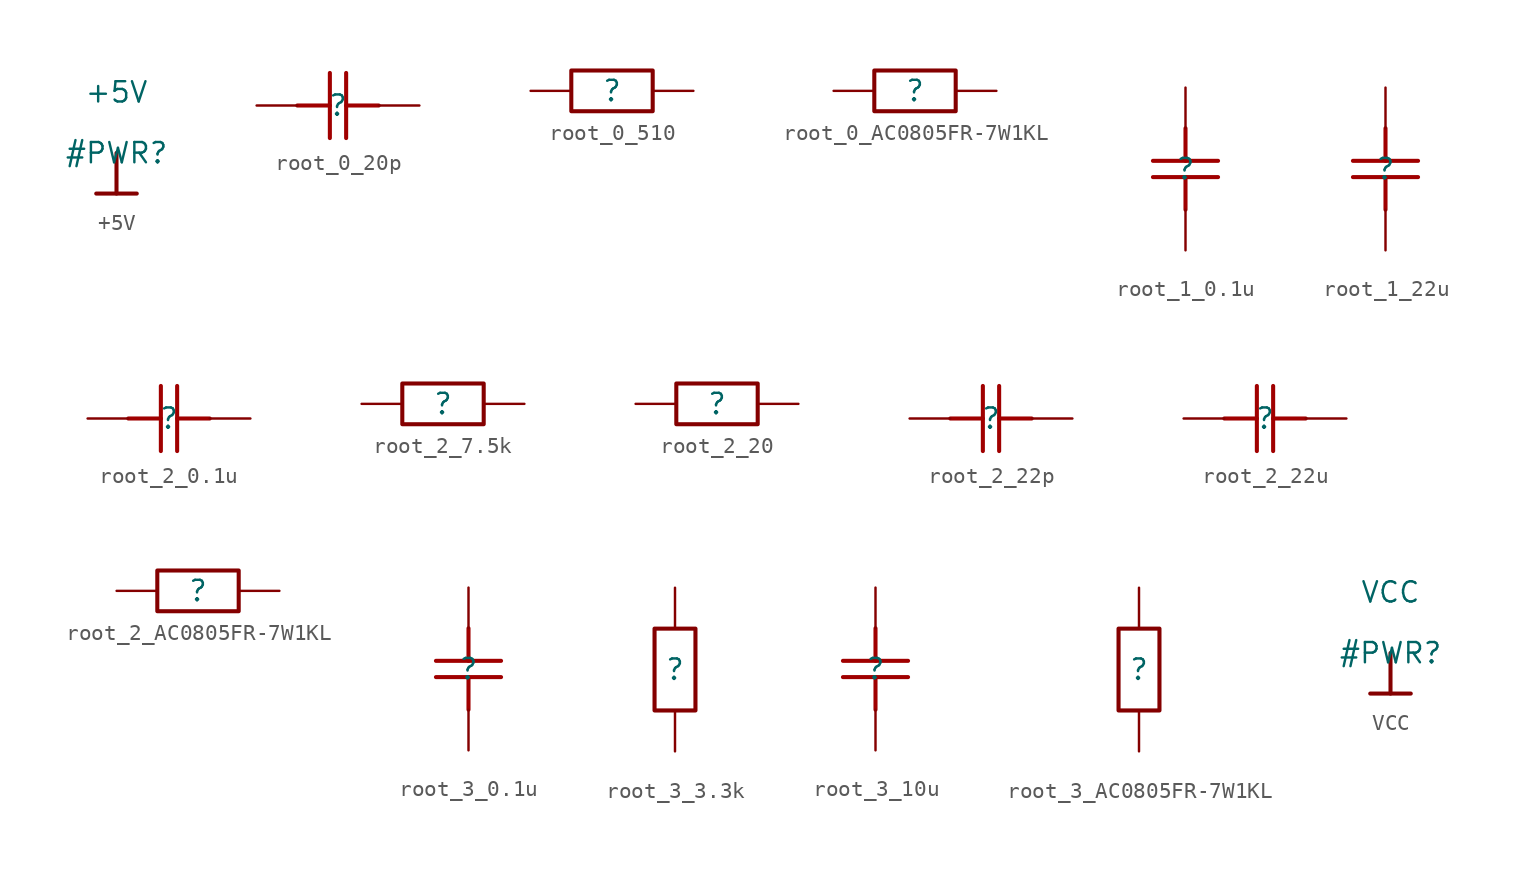
<source format=kicad_sym>
(kicad_symbol_lib
  (version 20220914)
  (generator kicad_symbol_editor)
  (symbol "+5V"
    (power)
    (property "Reference" "#PWR"
      (at 0 0 0)
      (effects (font (size 1.27 1.27))))
    (property "Value" "+5V"
      (at 0 3.81 0)
      (effects (font (size 1.27 1.27))))
    (symbol "+5V_0_0"
      (polyline (pts (xy -1.27 -2.54) (xy 1.27 -2.54)) (stroke (width 0.254) (type solid)) (fill (type none)))
      (polyline (pts (xy 0 0) (xy 0 -2.54)) (stroke (width 0.254) (type solid)) (fill (type none)))
      (pin power_in line (at 0 0 0) (length 0) hide (name "+5V" (effects (font (size 1.27 1.27)))) (number "" (effects (font (size 1.27 1.27)))))))
  (symbol "root_0_20p"
    (property "Reference" ""
      (at 0 0 0)
      (effects (font (size 1.27 1.27))))
    (property "Value" ""
      (at 0 0 0)
      (effects (font (size 1.27 1.27))))
    (symbol "root_0_20p_1_0"
      (polyline (pts (xy -0.508 -2.032) (xy -0.508 2.032)) (stroke (width 0.254) (type solid) (color 160 0 0 1)) (fill (type none)))
      (polyline (pts (xy -0.508 0) (xy -2.54 0)) (stroke (width 0.254) (type solid) (color 160 0 0 1)) (fill (type none)))
      (polyline (pts (xy 0.508 2.032) (xy 0.508 -2.032)) (stroke (width 0.254) (type solid) (color 160 0 0 1)) (fill (type none)))
      (polyline (pts (xy 2.54 0) (xy 0.508 0)) (stroke (width 0.254) (type solid) (color 160 0 0 1)) (fill (type none)))
      (pin passive line (at -5.08 0 0) (length 2.54) (name "1" (effects (font (size 0 0)))) (number "1" (effects (font (size 0 0)))))
      (pin passive line (at 5.08 0 180) (length 2.54) (name "2" (effects (font (size 0 0)))) (number "2" (effects (font (size 0 0)))))))
  (symbol "root_0_510"
    (property "Reference" ""
      (at 0 0 0)
      (effects (font (size 1.27 1.27))))
    (property "Value" ""
      (at 0 0 0)
      (effects (font (size 1.27 1.27))))
    (symbol "root_0_510_1_0"
      (rectangle (start 2.54 1.27) (end -2.54 -1.27) (stroke (width 0.254) (type solid)) (fill (type none)))
      (pin passive line (at -5.08 0 0) (length 2.54) (name "1" (effects (font (size 0 0)))) (number "1" (effects (font (size 0 0)))))
      (pin passive line (at 5.08 0 180) (length 2.54) (name "2" (effects (font (size 0 0)))) (number "2" (effects (font (size 0 0)))))))
  (symbol "root_0_AC0805FR-7W1KL"
    (property "Reference" ""
      (at 0 0 0)
      (effects (font (size 1.27 1.27))))
    (property "Value" ""
      (at 0 0 0)
      (effects (font (size 1.27 1.27))))
    (symbol "root_0_AC0805FR-7W1KL_1_0"
      (rectangle (start 2.54 1.27) (end -2.54 -1.27) (stroke (width 0.254) (type solid)) (fill (type none)))
      (pin passive line (at -5.08 0 0) (length 2.54) (name "1" (effects (font (size 0 0)))) (number "1" (effects (font (size 0 0)))))
      (pin passive line (at 5.08 0 180) (length 2.54) (name "2" (effects (font (size 0 0)))) (number "2" (effects (font (size 0 0)))))))
  (symbol "root_1_0.1u"
    (property "Reference" ""
      (at 0 0 0)
      (effects (font (size 1.27 1.27))))
    (property "Value" ""
      (at 0 0 0)
      (effects (font (size 1.27 1.27))))
    (symbol "root_1_0.1u_1_0"
      (polyline (pts (xy -2.032 0.508) (xy 2.032 0.508)) (stroke (width 0.254) (type solid) (color 160 0 0 1)) (fill (type none)))
      (polyline (pts (xy 0 -0.508) (xy 0 -2.54)) (stroke (width 0.254) (type solid) (color 160 0 0 1)) (fill (type none)))
      (polyline (pts (xy 0 2.54) (xy 0 0.508)) (stroke (width 0.254) (type solid) (color 160 0 0 1)) (fill (type none)))
      (polyline (pts (xy 2.032 -0.508) (xy -2.032 -0.508)) (stroke (width 0.254) (type solid) (color 160 0 0 1)) (fill (type none)))
      (pin passive line (at 0 -5.08 90) (length 2.54) (name "1" (effects (font (size 0 0)))) (number "1" (effects (font (size 0 0)))))
      (pin passive line (at 0 5.08 270) (length 2.54) (name "2" (effects (font (size 0 0)))) (number "2" (effects (font (size 0 0)))))))
  (symbol "root_1_22u"
    (property "Reference" ""
      (at 0 0 0)
      (effects (font (size 1.27 1.27))))
    (property "Value" ""
      (at 0 0 0)
      (effects (font (size 1.27 1.27))))
    (symbol "root_1_22u_1_0"
      (polyline (pts (xy -2.032 0.508) (xy 2.032 0.508)) (stroke (width 0.254) (type solid) (color 160 0 0 1)) (fill (type none)))
      (polyline (pts (xy 0 -0.508) (xy 0 -2.54)) (stroke (width 0.254) (type solid) (color 160 0 0 1)) (fill (type none)))
      (polyline (pts (xy 0 2.54) (xy 0 0.508)) (stroke (width 0.254) (type solid) (color 160 0 0 1)) (fill (type none)))
      (polyline (pts (xy 2.032 -0.508) (xy -2.032 -0.508)) (stroke (width 0.254) (type solid) (color 160 0 0 1)) (fill (type none)))
      (pin passive line (at 0 -5.08 90) (length 2.54) (name "1" (effects (font (size 0 0)))) (number "1" (effects (font (size 0 0)))))
      (pin passive line (at 0 5.08 270) (length 2.54) (name "2" (effects (font (size 0 0)))) (number "2" (effects (font (size 0 0)))))))
  (symbol "root_2_0.1u"
    (property "Reference" ""
      (at 0 0 0)
      (effects (font (size 1.27 1.27))))
    (property "Value" ""
      (at 0 0 0)
      (effects (font (size 1.27 1.27))))
    (symbol "root_2_0.1u_1_0"
      (polyline (pts (xy -2.54 0) (xy -0.508 0)) (stroke (width 0.254) (type solid) (color 160 0 0 1)) (fill (type none)))
      (polyline (pts (xy -0.508 -2.032) (xy -0.508 2.032)) (stroke (width 0.254) (type solid) (color 160 0 0 1)) (fill (type none)))
      (polyline (pts (xy 0.508 0) (xy 2.54 0)) (stroke (width 0.254) (type solid) (color 160 0 0 1)) (fill (type none)))
      (polyline (pts (xy 0.508 2.032) (xy 0.508 -2.032)) (stroke (width 0.254) (type solid) (color 160 0 0 1)) (fill (type none)))
      (pin passive line (at 5.08 0 180) (length 2.54) (name "1" (effects (font (size 0 0)))) (number "1" (effects (font (size 0 0)))))
      (pin passive line (at -5.08 0 0) (length 2.54) (name "2" (effects (font (size 0 0)))) (number "2" (effects (font (size 0 0)))))))
  (symbol "root_2_7.5k"
    (property "Reference" ""
      (at 0 0 0)
      (effects (font (size 1.27 1.27))))
    (property "Value" ""
      (at 0 0 0)
      (effects (font (size 1.27 1.27))))
    (symbol "root_2_7.5k_1_0"
      (rectangle (start 2.54 1.27) (end -2.54 -1.27) (stroke (width 0.254) (type solid)) (fill (type none)))
      (pin passive line (at 5.08 0 180) (length 2.54) (name "1" (effects (font (size 0 0)))) (number "1" (effects (font (size 0 0)))))
      (pin passive line (at -5.08 0 0) (length 2.54) (name "2" (effects (font (size 0 0)))) (number "2" (effects (font (size 0 0)))))))
  (symbol "root_2_20"
    (property "Reference" ""
      (at 0 0 0)
      (effects (font (size 1.27 1.27))))
    (property "Value" ""
      (at 0 0 0)
      (effects (font (size 1.27 1.27))))
    (symbol "root_2_20_1_0"
      (rectangle (start 2.54 1.27) (end -2.54 -1.27) (stroke (width 0.254) (type solid)) (fill (type none)))
      (pin passive line (at 5.08 0 180) (length 2.54) (name "1" (effects (font (size 0 0)))) (number "1" (effects (font (size 0 0)))))
      (pin passive line (at -5.08 0 0) (length 2.54) (name "2" (effects (font (size 0 0)))) (number "2" (effects (font (size 0 0)))))))
  (symbol "root_2_22p"
    (property "Reference" ""
      (at 0 0 0)
      (effects (font (size 1.27 1.27))))
    (property "Value" ""
      (at 0 0 0)
      (effects (font (size 1.27 1.27))))
    (symbol "root_2_22p_1_0"
      (polyline (pts (xy -2.54 0) (xy -0.508 0)) (stroke (width 0.254) (type solid) (color 160 0 0 1)) (fill (type none)))
      (polyline (pts (xy -0.508 -2.032) (xy -0.508 2.032)) (stroke (width 0.254) (type solid) (color 160 0 0 1)) (fill (type none)))
      (polyline (pts (xy 0.508 0) (xy 2.54 0)) (stroke (width 0.254) (type solid) (color 160 0 0 1)) (fill (type none)))
      (polyline (pts (xy 0.508 2.032) (xy 0.508 -2.032)) (stroke (width 0.254) (type solid) (color 160 0 0 1)) (fill (type none)))
      (pin passive line (at 5.08 0 180) (length 2.54) (name "1" (effects (font (size 0 0)))) (number "1" (effects (font (size 0 0)))))
      (pin passive line (at -5.08 0 0) (length 2.54) (name "2" (effects (font (size 0 0)))) (number "2" (effects (font (size 0 0)))))))
  (symbol "root_2_22u"
    (property "Reference" ""
      (at 0 0 0)
      (effects (font (size 1.27 1.27))))
    (property "Value" ""
      (at 0 0 0)
      (effects (font (size 1.27 1.27))))
    (symbol "root_2_22u_1_0"
      (polyline (pts (xy -2.54 0) (xy -0.508 0)) (stroke (width 0.254) (type solid) (color 160 0 0 1)) (fill (type none)))
      (polyline (pts (xy -0.508 -2.032) (xy -0.508 2.032)) (stroke (width 0.254) (type solid) (color 160 0 0 1)) (fill (type none)))
      (polyline (pts (xy 0.508 0) (xy 2.54 0)) (stroke (width 0.254) (type solid) (color 160 0 0 1)) (fill (type none)))
      (polyline (pts (xy 0.508 2.032) (xy 0.508 -2.032)) (stroke (width 0.254) (type solid) (color 160 0 0 1)) (fill (type none)))
      (pin passive line (at 5.08 0 180) (length 2.54) (name "1" (effects (font (size 0 0)))) (number "1" (effects (font (size 0 0)))))
      (pin passive line (at -5.08 0 0) (length 2.54) (name "2" (effects (font (size 0 0)))) (number "2" (effects (font (size 0 0)))))))
  (symbol "root_2_AC0805FR-7W1KL"
    (property "Reference" ""
      (at 0 0 0)
      (effects (font (size 1.27 1.27))))
    (property "Value" ""
      (at 0 0 0)
      (effects (font (size 1.27 1.27))))
    (symbol "root_2_AC0805FR-7W1KL_1_0"
      (rectangle (start 2.54 1.27) (end -2.54 -1.27) (stroke (width 0.254) (type solid)) (fill (type none)))
      (pin passive line (at 5.08 0 180) (length 2.54) (name "1" (effects (font (size 0 0)))) (number "1" (effects (font (size 0 0)))))
      (pin passive line (at -5.08 0 0) (length 2.54) (name "2" (effects (font (size 0 0)))) (number "2" (effects (font (size 0 0)))))))
  (symbol "root_3_0.1u"
    (property "Reference" ""
      (at 0 0 0)
      (effects (font (size 1.27 1.27))))
    (property "Value" ""
      (at 0 0 0)
      (effects (font (size 1.27 1.27))))
    (symbol "root_3_0.1u_1_0"
      (polyline (pts (xy -2.032 0.508) (xy 2.032 0.508)) (stroke (width 0.254) (type solid) (color 160 0 0 1)) (fill (type none)))
      (polyline (pts (xy 0 -2.54) (xy 0 -0.508)) (stroke (width 0.254) (type solid) (color 160 0 0 1)) (fill (type none)))
      (polyline (pts (xy 0 0.508) (xy 0 2.54)) (stroke (width 0.254) (type solid) (color 160 0 0 1)) (fill (type none)))
      (polyline (pts (xy 2.032 -0.508) (xy -2.032 -0.508)) (stroke (width 0.254) (type solid) (color 160 0 0 1)) (fill (type none)))
      (pin passive line (at 0 5.08 270) (length 2.54) (name "1" (effects (font (size 0 0)))) (number "1" (effects (font (size 0 0)))))
      (pin passive line (at 0 -5.08 90) (length 2.54) (name "2" (effects (font (size 0 0)))) (number "2" (effects (font (size 0 0)))))))
  (symbol "root_3_3.3k"
    (property "Reference" ""
      (at 0 0 0)
      (effects (font (size 1.27 1.27))))
    (property "Value" ""
      (at 0 0 0)
      (effects (font (size 1.27 1.27))))
    (symbol "root_3_3.3k_1_0"
      (rectangle (start 1.27 2.54) (end -1.27 -2.54) (stroke (width 0.254) (type solid)) (fill (type none)))
      (pin passive line (at 0 5.08 270) (length 2.54) (name "1" (effects (font (size 0 0)))) (number "1" (effects (font (size 0 0)))))
      (pin passive line (at 0 -5.08 90) (length 2.54) (name "2" (effects (font (size 0 0)))) (number "2" (effects (font (size 0 0)))))))
  (symbol "root_3_10u"
    (property "Reference" ""
      (at 0 0 0)
      (effects (font (size 1.27 1.27))))
    (property "Value" ""
      (at 0 0 0)
      (effects (font (size 1.27 1.27))))
    (symbol "root_3_10u_1_0"
      (polyline (pts (xy -2.032 0.508) (xy 2.032 0.508)) (stroke (width 0.254) (type solid) (color 160 0 0 1)) (fill (type none)))
      (polyline (pts (xy 0 -2.54) (xy 0 -0.508)) (stroke (width 0.254) (type solid) (color 160 0 0 1)) (fill (type none)))
      (polyline (pts (xy 0 0.508) (xy 0 2.54)) (stroke (width 0.254) (type solid) (color 160 0 0 1)) (fill (type none)))
      (polyline (pts (xy 2.032 -0.508) (xy -2.032 -0.508)) (stroke (width 0.254) (type solid) (color 160 0 0 1)) (fill (type none)))
      (pin passive line (at 0 5.08 270) (length 2.54) (name "1" (effects (font (size 0 0)))) (number "1" (effects (font (size 0 0)))))
      (pin passive line (at 0 -5.08 90) (length 2.54) (name "2" (effects (font (size 0 0)))) (number "2" (effects (font (size 0 0)))))))
  (symbol "root_3_AC0805FR-7W1KL"
    (property "Reference" ""
      (at 0 0 0)
      (effects (font (size 1.27 1.27))))
    (property "Value" ""
      (at 0 0 0)
      (effects (font (size 1.27 1.27))))
    (symbol "root_3_AC0805FR-7W1KL_1_0"
      (rectangle (start 1.27 2.54) (end -1.27 -2.54) (stroke (width 0.254) (type solid)) (fill (type none)))
      (pin passive line (at 0 5.08 270) (length 2.54) (name "1" (effects (font (size 0 0)))) (number "1" (effects (font (size 0 0)))))
      (pin passive line (at 0 -5.08 90) (length 2.54) (name "2" (effects (font (size 0 0)))) (number "2" (effects (font (size 0 0)))))))
  (symbol "VCC"
    (power)
    (property "Reference" "#PWR"
      (at 0 0 0)
      (effects (font (size 1.27 1.27))))
    (property "Value" "VCC"
      (at 0 3.81 0)
      (effects (font (size 1.27 1.27))))
    (symbol "VCC_0_0"
      (polyline (pts (xy -1.27 -2.54) (xy 1.27 -2.54)) (stroke (width 0.254) (type solid)) (fill (type none)))
      (polyline (pts (xy 0 0) (xy 0 -2.54)) (stroke (width 0.254) (type solid)) (fill (type none)))
      (pin power_in line (at 0 0 0) (length 0) hide (name "VCC" (effects (font (size 1.27 1.27)))) (number "" (effects (font (size 1.27 1.27))))))))
</source>
